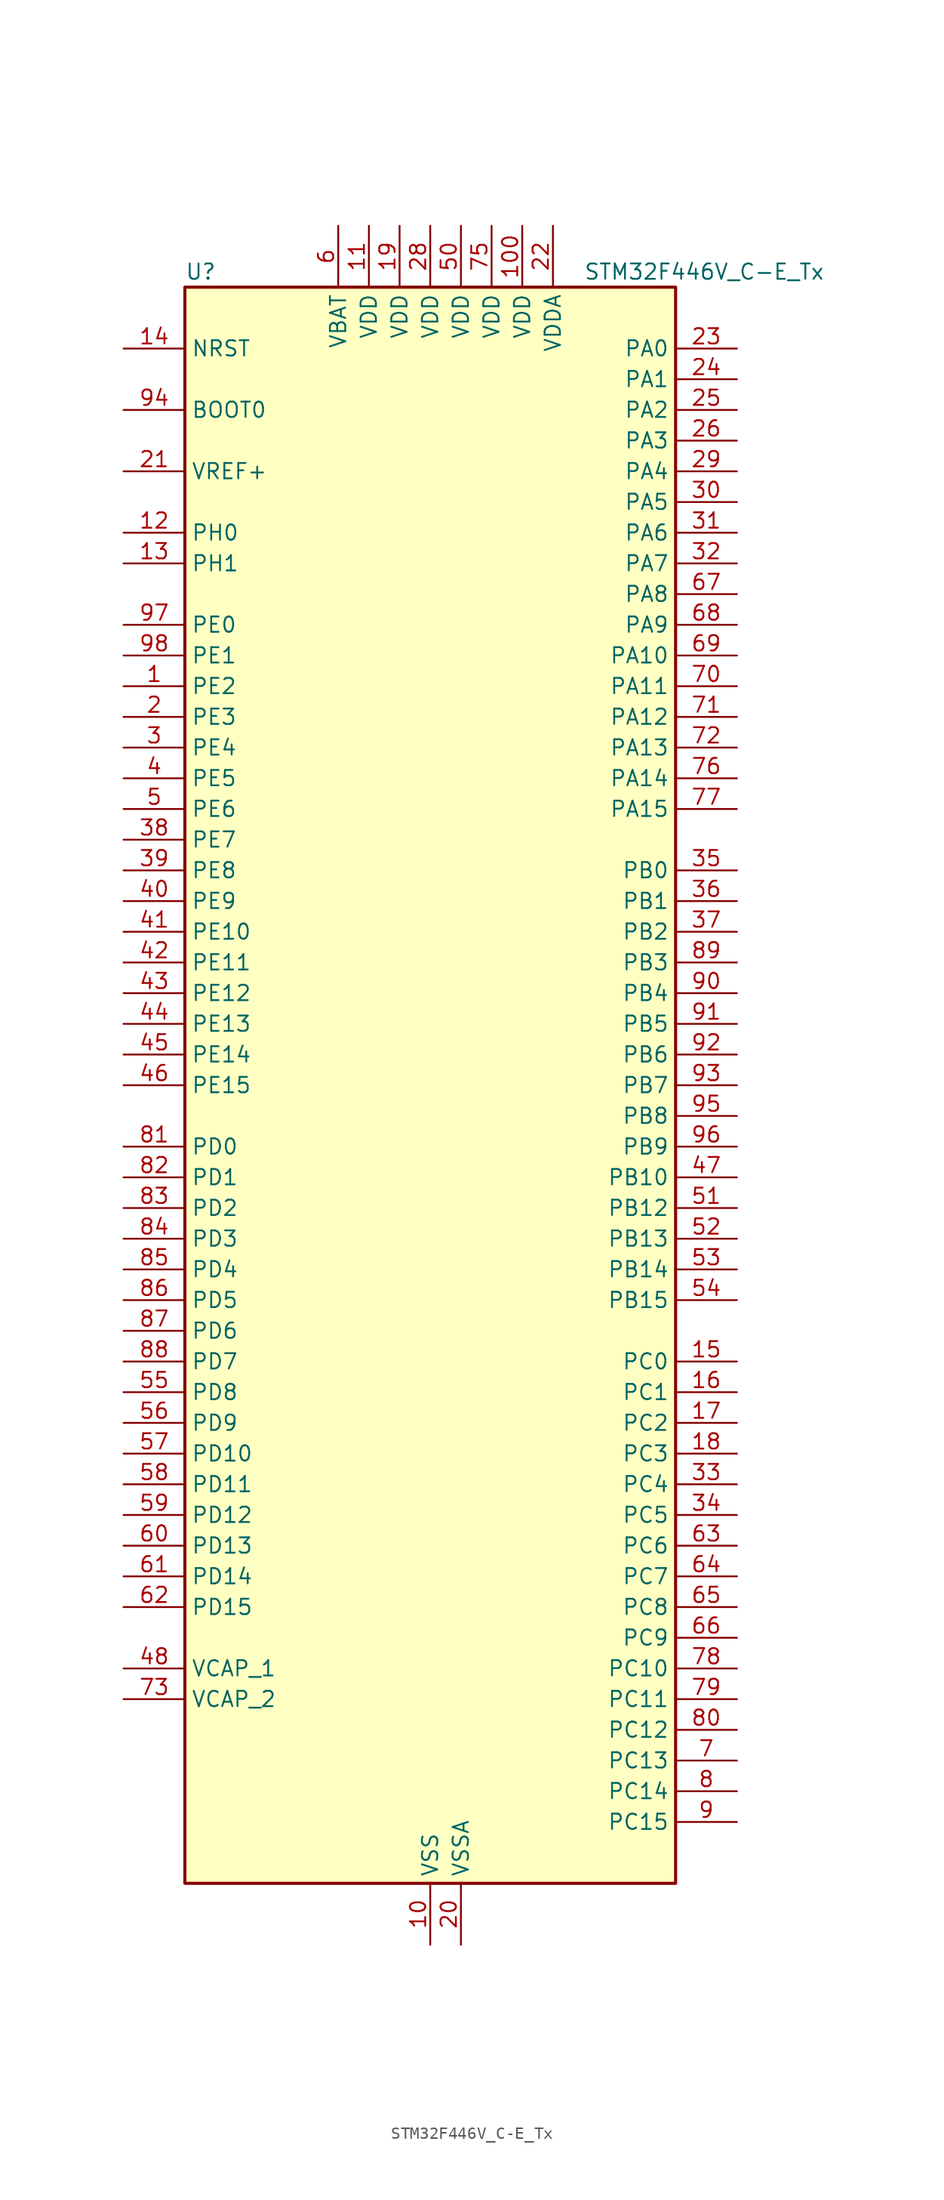
<source format=kicad_sym>
(kicad_symbol_lib
  (version 20241209)
  (generator "kicad_symbol_editor")
  (generator_version "9.0")
  (symbol "STM32F446V_C-E_Tx"
    (property "Reference" "U"
      (at -20.32 67.31 0)
      (effects (font (size 1.27 1.27)) (justify left)))
    (property "Value" "STM32F446V_C-E_Tx"
      (at 12.7 67.31 0)
      (effects (font (size 1.27 1.27)) (justify left)))
    (symbol "STM32F446V_C-E_Tx_0_1"
      (rectangle (start -20.32 -66.04) (end 20.32 66.04) (stroke (width 0.254) (type default)) (fill (type background))))
    (symbol "STM32F446V_C-E_Tx_1_1"
      (pin input line (at -25.4 60.96 0) (length 5.08) (name "NRST" (effects (font (size 1.27 1.27)))) (number "14" (effects (font (size 1.27 1.27)))))
      (pin input line (at -25.4 55.88 0) (length 5.08) (name "BOOT0" (effects (font (size 1.27 1.27)))) (number "94" (effects (font (size 1.27 1.27)))))
      (pin input line (at -25.4 50.8 0) (length 5.08) (name "VREF+" (effects (font (size 1.27 1.27)))) (number "21" (effects (font (size 1.27 1.27)))))
      (pin bidirectional line (at -25.4 45.72 0) (length 5.08) (name "PH0" (effects (font (size 1.27 1.27)))) (number "12" (effects (font (size 1.27 1.27)))) (alternate "RCC_OSC_IN" bidirectional line))
      (pin bidirectional line (at -25.4 43.18 0) (length 5.08) (name "PH1" (effects (font (size 1.27 1.27)))) (number "13" (effects (font (size 1.27 1.27)))) (alternate "RCC_OSC_OUT" bidirectional line))
      (pin bidirectional line (at -25.4 38.1 0) (length 5.08) (name "PE0" (effects (font (size 1.27 1.27)))) (number "97" (effects (font (size 1.27 1.27)))) (alternate "DCMI_D2" bidirectional line) (alternate "FMC_NBL0" bidirectional line) (alternate "SAI2_MCLK_A" bidirectional line) (alternate "TIM4_ETR" bidirectional line))
      (pin bidirectional line (at -25.4 35.56 0) (length 5.08) (name "PE1" (effects (font (size 1.27 1.27)))) (number "98" (effects (font (size 1.27 1.27)))) (alternate "DCMI_D3" bidirectional line) (alternate "FMC_NBL1" bidirectional line))
      (pin bidirectional line (at -25.4 33.02 0) (length 5.08) (name "PE2" (effects (font (size 1.27 1.27)))) (number "1" (effects (font (size 1.27 1.27)))) (alternate "FMC_A23" bidirectional line) (alternate "QUADSPI_BK1_IO2" bidirectional line) (alternate "SAI1_MCLK_A" bidirectional line) (alternate "SPI4_SCK" bidirectional line) (alternate "SYS_TRACECLK" bidirectional line))
      (pin bidirectional line (at -25.4 30.48 0) (length 5.08) (name "PE3" (effects (font (size 1.27 1.27)))) (number "2" (effects (font (size 1.27 1.27)))) (alternate "FMC_A19" bidirectional line) (alternate "SAI1_SD_B" bidirectional line) (alternate "SYS_TRACED0" bidirectional line))
      (pin bidirectional line (at -25.4 27.94 0) (length 5.08) (name "PE4" (effects (font (size 1.27 1.27)))) (number "3" (effects (font (size 1.27 1.27)))) (alternate "DCMI_D4" bidirectional line) (alternate "FMC_A20" bidirectional line) (alternate "SAI1_FS_A" bidirectional line) (alternate "SPI4_NSS" bidirectional line) (alternate "SYS_TRACED1" bidirectional line))
      (pin bidirectional line (at -25.4 25.4 0) (length 5.08) (name "PE5" (effects (font (size 1.27 1.27)))) (number "4" (effects (font (size 1.27 1.27)))) (alternate "DCMI_D6" bidirectional line) (alternate "FMC_A21" bidirectional line) (alternate "SAI1_SCK_A" bidirectional line) (alternate "SPI4_MISO" bidirectional line) (alternate "SYS_TRACED2" bidirectional line) (alternate "TIM9_CH1" bidirectional line))
      (pin bidirectional line (at -25.4 22.86 0) (length 5.08) (name "PE6" (effects (font (size 1.27 1.27)))) (number "5" (effects (font (size 1.27 1.27)))) (alternate "DCMI_D7" bidirectional line) (alternate "FMC_A22" bidirectional line) (alternate "SAI1_SD_A" bidirectional line) (alternate "SPI4_MOSI" bidirectional line) (alternate "SYS_TRACED3" bidirectional line) (alternate "TIM9_CH2" bidirectional line))
      (pin bidirectional line (at -25.4 20.32 0) (length 5.08) (name "PE7" (effects (font (size 1.27 1.27)))) (number "38" (effects (font (size 1.27 1.27)))) (alternate "FMC_D4" bidirectional line) (alternate "FMC_DA4" bidirectional line) (alternate "QUADSPI_BK2_IO0" bidirectional line) (alternate "TIM1_ETR" bidirectional line) (alternate "UART5_RX" bidirectional line))
      (pin bidirectional line (at -25.4 17.78 0) (length 5.08) (name "PE8" (effects (font (size 1.27 1.27)))) (number "39" (effects (font (size 1.27 1.27)))) (alternate "FMC_D5" bidirectional line) (alternate "FMC_DA5" bidirectional line) (alternate "QUADSPI_BK2_IO1" bidirectional line) (alternate "TIM1_CH1N" bidirectional line) (alternate "UART5_TX" bidirectional line))
      (pin bidirectional line (at -25.4 15.24 0) (length 5.08) (name "PE9" (effects (font (size 1.27 1.27)))) (number "40" (effects (font (size 1.27 1.27)))) (alternate "DAC_EXTI9" bidirectional line) (alternate "FMC_D6" bidirectional line) (alternate "FMC_DA6" bidirectional line) (alternate "QUADSPI_BK2_IO2" bidirectional line) (alternate "TIM1_CH1" bidirectional line))
      (pin bidirectional line (at -25.4 12.7 0) (length 5.08) (name "PE10" (effects (font (size 1.27 1.27)))) (number "41" (effects (font (size 1.27 1.27)))) (alternate "FMC_D7" bidirectional line) (alternate "FMC_DA7" bidirectional line) (alternate "QUADSPI_BK2_IO3" bidirectional line) (alternate "TIM1_CH2N" bidirectional line))
      (pin bidirectional line (at -25.4 10.16 0) (length 5.08) (name "PE11" (effects (font (size 1.27 1.27)))) (number "42" (effects (font (size 1.27 1.27)))) (alternate "ADC1_EXTI11" bidirectional line) (alternate "ADC2_EXTI11" bidirectional line) (alternate "ADC3_EXTI11" bidirectional line) (alternate "FMC_D8" bidirectional line) (alternate "FMC_DA8" bidirectional line) (alternate "SAI2_SD_B" bidirectional line) (alternate "SPI4_NSS" bidirectional line) (alternate "TIM1_CH2" bidirectional line))
      (pin bidirectional line (at -25.4 7.62 0) (length 5.08) (name "PE12" (effects (font (size 1.27 1.27)))) (number "43" (effects (font (size 1.27 1.27)))) (alternate "FMC_D9" bidirectional line) (alternate "FMC_DA9" bidirectional line) (alternate "SAI2_SCK_B" bidirectional line) (alternate "SPI4_SCK" bidirectional line) (alternate "TIM1_CH3N" bidirectional line))
      (pin bidirectional line (at -25.4 5.08 0) (length 5.08) (name "PE13" (effects (font (size 1.27 1.27)))) (number "44" (effects (font (size 1.27 1.27)))) (alternate "FMC_D10" bidirectional line) (alternate "FMC_DA10" bidirectional line) (alternate "SAI2_FS_B" bidirectional line) (alternate "SPI4_MISO" bidirectional line) (alternate "TIM1_CH3" bidirectional line))
      (pin bidirectional line (at -25.4 2.54 0) (length 5.08) (name "PE14" (effects (font (size 1.27 1.27)))) (number "45" (effects (font (size 1.27 1.27)))) (alternate "FMC_D11" bidirectional line) (alternate "FMC_DA11" bidirectional line) (alternate "SAI2_MCLK_B" bidirectional line) (alternate "SPI4_MOSI" bidirectional line) (alternate "TIM1_CH4" bidirectional line))
      (pin bidirectional line (at -25.4 0 0) (length 5.08) (name "PE15" (effects (font (size 1.27 1.27)))) (number "46" (effects (font (size 1.27 1.27)))) (alternate "ADC1_EXTI15" bidirectional line) (alternate "ADC2_EXTI15" bidirectional line) (alternate "ADC3_EXTI15" bidirectional line) (alternate "FMC_D12" bidirectional line) (alternate "FMC_DA12" bidirectional line) (alternate "TIM1_BKIN" bidirectional line))
      (pin bidirectional line (at -25.4 -5.08 0) (length 5.08) (name "PD0" (effects (font (size 1.27 1.27)))) (number "81" (effects (font (size 1.27 1.27)))) (alternate "CAN1_RX" bidirectional line) (alternate "FMC_D2" bidirectional line) (alternate "FMC_DA2" bidirectional line) (alternate "I2S3_SD" bidirectional line) (alternate "SPI3_MOSI" bidirectional line) (alternate "SPI4_MISO" bidirectional line))
      (pin bidirectional line (at -25.4 -7.62 0) (length 5.08) (name "PD1" (effects (font (size 1.27 1.27)))) (number "82" (effects (font (size 1.27 1.27)))) (alternate "CAN1_TX" bidirectional line) (alternate "FMC_D3" bidirectional line) (alternate "FMC_DA3" bidirectional line) (alternate "I2S2_WS" bidirectional line) (alternate "SPI2_NSS" bidirectional line))
      (pin bidirectional line (at -25.4 -10.16 0) (length 5.08) (name "PD2" (effects (font (size 1.27 1.27)))) (number "83" (effects (font (size 1.27 1.27)))) (alternate "DCMI_D11" bidirectional line) (alternate "SDIO_CMD" bidirectional line) (alternate "TIM3_ETR" bidirectional line) (alternate "UART5_RX" bidirectional line))
      (pin bidirectional line (at -25.4 -12.7 0) (length 5.08) (name "PD3" (effects (font (size 1.27 1.27)))) (number "84" (effects (font (size 1.27 1.27)))) (alternate "DCMI_D5" bidirectional line) (alternate "FMC_CLK" bidirectional line) (alternate "I2S2_CK" bidirectional line) (alternate "QUADSPI_CLK" bidirectional line) (alternate "SPI2_SCK" bidirectional line) (alternate "SYS_TRACED1" bidirectional line) (alternate "USART2_CTS" bidirectional line))
      (pin bidirectional line (at -25.4 -15.24 0) (length 5.08) (name "PD4" (effects (font (size 1.27 1.27)))) (number "85" (effects (font (size 1.27 1.27)))) (alternate "FMC_NOE" bidirectional line) (alternate "USART2_RTS" bidirectional line))
      (pin bidirectional line (at -25.4 -17.78 0) (length 5.08) (name "PD5" (effects (font (size 1.27 1.27)))) (number "86" (effects (font (size 1.27 1.27)))) (alternate "FMC_NWE" bidirectional line) (alternate "USART2_TX" bidirectional line))
      (pin bidirectional line (at -25.4 -20.32 0) (length 5.08) (name "PD6" (effects (font (size 1.27 1.27)))) (number "87" (effects (font (size 1.27 1.27)))) (alternate "DCMI_D10" bidirectional line) (alternate "FMC_NWAIT" bidirectional line) (alternate "I2S3_SD" bidirectional line) (alternate "SAI1_SD_A" bidirectional line) (alternate "SPI3_MOSI" bidirectional line) (alternate "USART2_RX" bidirectional line))
      (pin bidirectional line (at -25.4 -22.86 0) (length 5.08) (name "PD7" (effects (font (size 1.27 1.27)))) (number "88" (effects (font (size 1.27 1.27)))) (alternate "FMC_NE1" bidirectional line) (alternate "SPDIFRX_IN0" bidirectional line) (alternate "USART2_CK" bidirectional line))
      (pin bidirectional line (at -25.4 -25.4 0) (length 5.08) (name "PD8" (effects (font (size 1.27 1.27)))) (number "55" (effects (font (size 1.27 1.27)))) (alternate "FMC_D13" bidirectional line) (alternate "FMC_DA13" bidirectional line) (alternate "SPDIFRX_IN1" bidirectional line) (alternate "USART3_TX" bidirectional line))
      (pin bidirectional line (at -25.4 -27.94 0) (length 5.08) (name "PD9" (effects (font (size 1.27 1.27)))) (number "56" (effects (font (size 1.27 1.27)))) (alternate "DAC_EXTI9" bidirectional line) (alternate "FMC_D14" bidirectional line) (alternate "FMC_DA14" bidirectional line) (alternate "USART3_RX" bidirectional line))
      (pin bidirectional line (at -25.4 -30.48 0) (length 5.08) (name "PD10" (effects (font (size 1.27 1.27)))) (number "57" (effects (font (size 1.27 1.27)))) (alternate "FMC_D15" bidirectional line) (alternate "FMC_DA15" bidirectional line) (alternate "USART3_CK" bidirectional line))
      (pin bidirectional line (at -25.4 -33.02 0) (length 5.08) (name "PD11" (effects (font (size 1.27 1.27)))) (number "58" (effects (font (size 1.27 1.27)))) (alternate "ADC1_EXTI11" bidirectional line) (alternate "ADC2_EXTI11" bidirectional line) (alternate "ADC3_EXTI11" bidirectional line) (alternate "FMC_A16" bidirectional line) (alternate "FMPI2C1_SMBA" bidirectional line) (alternate "QUADSPI_BK1_IO0" bidirectional line) (alternate "SAI2_SD_A" bidirectional line) (alternate "USART3_CTS" bidirectional line))
      (pin bidirectional line (at -25.4 -35.56 0) (length 5.08) (name "PD12" (effects (font (size 1.27 1.27)))) (number "59" (effects (font (size 1.27 1.27)))) (alternate "FMC_A17" bidirectional line) (alternate "FMPI2C1_SCL" bidirectional line) (alternate "QUADSPI_BK1_IO1" bidirectional line) (alternate "SAI2_FS_A" bidirectional line) (alternate "TIM4_CH1" bidirectional line) (alternate "USART3_RTS" bidirectional line))
      (pin bidirectional line (at -25.4 -38.1 0) (length 5.08) (name "PD13" (effects (font (size 1.27 1.27)))) (number "60" (effects (font (size 1.27 1.27)))) (alternate "FMC_A18" bidirectional line) (alternate "FMPI2C1_SDA" bidirectional line) (alternate "QUADSPI_BK1_IO3" bidirectional line) (alternate "SAI2_SCK_A" bidirectional line) (alternate "TIM4_CH2" bidirectional line))
      (pin bidirectional line (at -25.4 -40.64 0) (length 5.08) (name "PD14" (effects (font (size 1.27 1.27)))) (number "61" (effects (font (size 1.27 1.27)))) (alternate "FMC_D0" bidirectional line) (alternate "FMC_DA0" bidirectional line) (alternate "FMPI2C1_SCL" bidirectional line) (alternate "SAI2_SCK_A" bidirectional line) (alternate "TIM4_CH3" bidirectional line))
      (pin bidirectional line (at -25.4 -43.18 0) (length 5.08) (name "PD15" (effects (font (size 1.27 1.27)))) (number "62" (effects (font (size 1.27 1.27)))) (alternate "ADC1_EXTI15" bidirectional line) (alternate "ADC2_EXTI15" bidirectional line) (alternate "ADC3_EXTI15" bidirectional line) (alternate "FMC_D1" bidirectional line) (alternate "FMC_DA1" bidirectional line) (alternate "FMPI2C1_SDA" bidirectional line) (alternate "TIM4_CH4" bidirectional line))
      (pin power_out line (at -25.4 -48.26 0) (length 5.08) (name "VCAP_1" (effects (font (size 1.27 1.27)))) (number "48" (effects (font (size 1.27 1.27)))))
      (pin power_out line (at -25.4 -50.8 0) (length 5.08) (name "VCAP_2" (effects (font (size 1.27 1.27)))) (number "73" (effects (font (size 1.27 1.27)))))
      (pin power_in line (at -7.62 71.12 270) (length 5.08) (name "VBAT" (effects (font (size 1.27 1.27)))) (number "6" (effects (font (size 1.27 1.27)))))
      (pin power_in line (at -5.08 71.12 270) (length 5.08) (name "VDD" (effects (font (size 1.27 1.27)))) (number "11" (effects (font (size 1.27 1.27)))))
      (pin power_in line (at -2.54 71.12 270) (length 5.08) (name "VDD" (effects (font (size 1.27 1.27)))) (number "19" (effects (font (size 1.27 1.27)))))
      (pin power_in line (at 0 71.12 270) (length 5.08) (name "VDD" (effects (font (size 1.27 1.27)))) (number "28" (effects (font (size 1.27 1.27)))))
      (pin power_in line (at 0 -71.12 90) (length 5.08) (name "VSS" (effects (font (size 1.27 1.27)))) (number "10" (effects (font (size 1.27 1.27)))))
      (pin passive line (at 0 -71.12 90) (length 5.08) (hide yes) (name "VSS" (effects (font (size 1.27 1.27)))) (number "27" (effects (font (size 1.27 1.27)))))
      (pin passive line (at 0 -71.12 90) (length 5.08) (hide yes) (name "VSS" (effects (font (size 1.27 1.27)))) (number "49" (effects (font (size 1.27 1.27)))))
      (pin passive line (at 0 -71.12 90) (length 5.08) (hide yes) (name "VSS" (effects (font (size 1.27 1.27)))) (number "74" (effects (font (size 1.27 1.27)))))
      (pin passive line (at 0 -71.12 90) (length 5.08) (hide yes) (name "VSS" (effects (font (size 1.27 1.27)))) (number "99" (effects (font (size 1.27 1.27)))))
      (pin power_in line (at 2.54 71.12 270) (length 5.08) (name "VDD" (effects (font (size 1.27 1.27)))) (number "50" (effects (font (size 1.27 1.27)))))
      (pin power_in line (at 2.54 -71.12 90) (length 5.08) (name "VSSA" (effects (font (size 1.27 1.27)))) (number "20" (effects (font (size 1.27 1.27)))))
      (pin power_in line (at 5.08 71.12 270) (length 5.08) (name "VDD" (effects (font (size 1.27 1.27)))) (number "75" (effects (font (size 1.27 1.27)))))
      (pin power_in line (at 7.62 71.12 270) (length 5.08) (name "VDD" (effects (font (size 1.27 1.27)))) (number "100" (effects (font (size 1.27 1.27)))))
      (pin power_in line (at 10.16 71.12 270) (length 5.08) (name "VDDA" (effects (font (size 1.27 1.27)))) (number "22" (effects (font (size 1.27 1.27)))))
      (pin bidirectional line (at 25.4 60.96 180) (length 5.08) (name "PA0" (effects (font (size 1.27 1.27)))) (number "23" (effects (font (size 1.27 1.27)))) (alternate "ADC1_IN0" bidirectional line) (alternate "ADC2_IN0" bidirectional line) (alternate "ADC3_IN0" bidirectional line) (alternate "RTC_AF2" bidirectional line) (alternate "SYS_WKUP0" bidirectional line) (alternate "TIM2_CH1" bidirectional line) (alternate "TIM2_ETR" bidirectional line) (alternate "TIM5_CH1" bidirectional line) (alternate "TIM8_ETR" bidirectional line) (alternate "UART4_TX" bidirectional line) (alternate "USART2_CTS" bidirectional line))
      (pin bidirectional line (at 25.4 58.42 180) (length 5.08) (name "PA1" (effects (font (size 1.27 1.27)))) (number "24" (effects (font (size 1.27 1.27)))) (alternate "ADC1_IN1" bidirectional line) (alternate "ADC2_IN1" bidirectional line) (alternate "ADC3_IN1" bidirectional line) (alternate "QUADSPI_BK1_IO3" bidirectional line) (alternate "SAI2_MCLK_B" bidirectional line) (alternate "TIM2_CH2" bidirectional line) (alternate "TIM5_CH2" bidirectional line) (alternate "UART4_RX" bidirectional line) (alternate "USART2_RTS" bidirectional line))
      (pin bidirectional line (at 25.4 55.88 180) (length 5.08) (name "PA2" (effects (font (size 1.27 1.27)))) (number "25" (effects (font (size 1.27 1.27)))) (alternate "ADC1_IN2" bidirectional line) (alternate "ADC2_IN2" bidirectional line) (alternate "ADC3_IN2" bidirectional line) (alternate "SAI2_SCK_B" bidirectional line) (alternate "TIM2_CH3" bidirectional line) (alternate "TIM5_CH3" bidirectional line) (alternate "TIM9_CH1" bidirectional line) (alternate "USART2_TX" bidirectional line))
      (pin bidirectional line (at 25.4 53.34 180) (length 5.08) (name "PA3" (effects (font (size 1.27 1.27)))) (number "26" (effects (font (size 1.27 1.27)))) (alternate "ADC1_IN3" bidirectional line) (alternate "ADC2_IN3" bidirectional line) (alternate "ADC3_IN3" bidirectional line) (alternate "SAI1_FS_A" bidirectional line) (alternate "TIM2_CH4" bidirectional line) (alternate "TIM5_CH4" bidirectional line) (alternate "TIM9_CH2" bidirectional line) (alternate "USART2_RX" bidirectional line) (alternate "USB_OTG_HS_ULPI_D0" bidirectional line))
      (pin bidirectional line (at 25.4 50.8 180) (length 5.08) (name "PA4" (effects (font (size 1.27 1.27)))) (number "29" (effects (font (size 1.27 1.27)))) (alternate "ADC1_IN4" bidirectional line) (alternate "ADC2_IN4" bidirectional line) (alternate "DAC_OUT1" bidirectional line) (alternate "DCMI_HSYNC" bidirectional line) (alternate "I2S1_WS" bidirectional line) (alternate "I2S3_WS" bidirectional line) (alternate "SPI1_NSS" bidirectional line) (alternate "SPI3_NSS" bidirectional line) (alternate "USART2_CK" bidirectional line) (alternate "USB_OTG_HS_SOF" bidirectional line))
      (pin bidirectional line (at 25.4 48.26 180) (length 5.08) (name "PA5" (effects (font (size 1.27 1.27)))) (number "30" (effects (font (size 1.27 1.27)))) (alternate "ADC1_IN5" bidirectional line) (alternate "ADC2_IN5" bidirectional line) (alternate "DAC_OUT2" bidirectional line) (alternate "I2S1_CK" bidirectional line) (alternate "SPI1_SCK" bidirectional line) (alternate "TIM2_CH1" bidirectional line) (alternate "TIM2_ETR" bidirectional line) (alternate "TIM8_CH1N" bidirectional line) (alternate "USB_OTG_HS_ULPI_CK" bidirectional line))
      (pin bidirectional line (at 25.4 45.72 180) (length 5.08) (name "PA6" (effects (font (size 1.27 1.27)))) (number "31" (effects (font (size 1.27 1.27)))) (alternate "ADC1_IN6" bidirectional line) (alternate "ADC2_IN6" bidirectional line) (alternate "DCMI_PIXCLK" bidirectional line) (alternate "I2S2_MCK" bidirectional line) (alternate "SPI1_MISO" bidirectional line) (alternate "TIM13_CH1" bidirectional line) (alternate "TIM1_BKIN" bidirectional line) (alternate "TIM3_CH1" bidirectional line) (alternate "TIM8_BKIN" bidirectional line))
      (pin bidirectional line (at 25.4 43.18 180) (length 5.08) (name "PA7" (effects (font (size 1.27 1.27)))) (number "32" (effects (font (size 1.27 1.27)))) (alternate "ADC1_IN7" bidirectional line) (alternate "ADC2_IN7" bidirectional line) (alternate "FMC_SDNWE" bidirectional line) (alternate "I2S1_SD" bidirectional line) (alternate "SPI1_MOSI" bidirectional line) (alternate "TIM14_CH1" bidirectional line) (alternate "TIM1_CH1N" bidirectional line) (alternate "TIM3_CH2" bidirectional line) (alternate "TIM8_CH1N" bidirectional line))
      (pin bidirectional line (at 25.4 40.64 180) (length 5.08) (name "PA8" (effects (font (size 1.27 1.27)))) (number "67" (effects (font (size 1.27 1.27)))) (alternate "I2C3_SCL" bidirectional line) (alternate "RCC_MCO_1" bidirectional line) (alternate "TIM1_CH1" bidirectional line) (alternate "USART1_CK" bidirectional line) (alternate "USB_OTG_FS_SOF" bidirectional line))
      (pin bidirectional line (at 25.4 38.1 180) (length 5.08) (name "PA9" (effects (font (size 1.27 1.27)))) (number "68" (effects (font (size 1.27 1.27)))) (alternate "DAC_EXTI9" bidirectional line) (alternate "DCMI_D0" bidirectional line) (alternate "I2C3_SMBA" bidirectional line) (alternate "I2S2_CK" bidirectional line) (alternate "SAI1_SD_B" bidirectional line) (alternate "SPI2_SCK" bidirectional line) (alternate "TIM1_CH2" bidirectional line) (alternate "USART1_TX" bidirectional line) (alternate "USB_OTG_FS_VBUS" bidirectional line))
      (pin bidirectional line (at 25.4 35.56 180) (length 5.08) (name "PA10" (effects (font (size 1.27 1.27)))) (number "69" (effects (font (size 1.27 1.27)))) (alternate "DCMI_D1" bidirectional line) (alternate "TIM1_CH3" bidirectional line) (alternate "USART1_RX" bidirectional line) (alternate "USB_OTG_FS_ID" bidirectional line))
      (pin bidirectional line (at 25.4 33.02 180) (length 5.08) (name "PA11" (effects (font (size 1.27 1.27)))) (number "70" (effects (font (size 1.27 1.27)))) (alternate "ADC1_EXTI11" bidirectional line) (alternate "ADC2_EXTI11" bidirectional line) (alternate "ADC3_EXTI11" bidirectional line) (alternate "CAN1_RX" bidirectional line) (alternate "TIM1_CH4" bidirectional line) (alternate "USART1_CTS" bidirectional line) (alternate "USB_OTG_FS_DM" bidirectional line))
      (pin bidirectional line (at 25.4 30.48 180) (length 5.08) (name "PA12" (effects (font (size 1.27 1.27)))) (number "71" (effects (font (size 1.27 1.27)))) (alternate "CAN1_TX" bidirectional line) (alternate "SAI2_FS_B" bidirectional line) (alternate "TIM1_ETR" bidirectional line) (alternate "USART1_RTS" bidirectional line) (alternate "USB_OTG_FS_DP" bidirectional line))
      (pin bidirectional line (at 25.4 27.94 180) (length 5.08) (name "PA13" (effects (font (size 1.27 1.27)))) (number "72" (effects (font (size 1.27 1.27)))) (alternate "SYS_JTMS-SWDIO" bidirectional line))
      (pin bidirectional line (at 25.4 25.4 180) (length 5.08) (name "PA14" (effects (font (size 1.27 1.27)))) (number "76" (effects (font (size 1.27 1.27)))) (alternate "SYS_JTCK-SWCLK" bidirectional line))
      (pin bidirectional line (at 25.4 22.86 180) (length 5.08) (name "PA15" (effects (font (size 1.27 1.27)))) (number "77" (effects (font (size 1.27 1.27)))) (alternate "ADC1_EXTI15" bidirectional line) (alternate "ADC2_EXTI15" bidirectional line) (alternate "ADC3_EXTI15" bidirectional line) (alternate "CEC" bidirectional line) (alternate "I2S1_WS" bidirectional line) (alternate "I2S3_WS" bidirectional line) (alternate "SPI1_NSS" bidirectional line) (alternate "SPI3_NSS" bidirectional line) (alternate "SYS_JTDI" bidirectional line) (alternate "TIM2_CH1" bidirectional line) (alternate "TIM2_ETR" bidirectional line) (alternate "UART4_RTS" bidirectional line))
      (pin bidirectional line (at 25.4 17.78 180) (length 5.08) (name "PB0" (effects (font (size 1.27 1.27)))) (number "35" (effects (font (size 1.27 1.27)))) (alternate "ADC1_IN8" bidirectional line) (alternate "ADC2_IN8" bidirectional line) (alternate "I2S3_SD" bidirectional line) (alternate "SDIO_D1" bidirectional line) (alternate "SPI3_MOSI" bidirectional line) (alternate "TIM1_CH2N" bidirectional line) (alternate "TIM3_CH3" bidirectional line) (alternate "TIM8_CH2N" bidirectional line) (alternate "UART4_CTS" bidirectional line) (alternate "USB_OTG_HS_ULPI_D1" bidirectional line))
      (pin bidirectional line (at 25.4 15.24 180) (length 5.08) (name "PB1" (effects (font (size 1.27 1.27)))) (number "36" (effects (font (size 1.27 1.27)))) (alternate "ADC1_IN9" bidirectional line) (alternate "ADC2_IN9" bidirectional line) (alternate "SDIO_D2" bidirectional line) (alternate "TIM1_CH3N" bidirectional line) (alternate "TIM3_CH4" bidirectional line) (alternate "TIM8_CH3N" bidirectional line) (alternate "USB_OTG_HS_ULPI_D2" bidirectional line))
      (pin bidirectional line (at 25.4 12.7 180) (length 5.08) (name "PB2" (effects (font (size 1.27 1.27)))) (number "37" (effects (font (size 1.27 1.27)))) (alternate "I2S3_SD" bidirectional line) (alternate "QUADSPI_CLK" bidirectional line) (alternate "SAI1_SD_A" bidirectional line) (alternate "SDIO_CK" bidirectional line) (alternate "SPI3_MOSI" bidirectional line) (alternate "TIM2_CH4" bidirectional line) (alternate "USB_OTG_HS_ULPI_D4" bidirectional line))
      (pin bidirectional line (at 25.4 10.16 180) (length 5.08) (name "PB3" (effects (font (size 1.27 1.27)))) (number "89" (effects (font (size 1.27 1.27)))) (alternate "I2C2_SDA" bidirectional line) (alternate "I2S1_CK" bidirectional line) (alternate "I2S3_CK" bidirectional line) (alternate "SPI1_SCK" bidirectional line) (alternate "SPI3_SCK" bidirectional line) (alternate "SYS_JTDO-SWO" bidirectional line) (alternate "TIM2_CH2" bidirectional line))
      (pin bidirectional line (at 25.4 7.62 180) (length 5.08) (name "PB4" (effects (font (size 1.27 1.27)))) (number "90" (effects (font (size 1.27 1.27)))) (alternate "I2C3_SDA" bidirectional line) (alternate "I2S2_WS" bidirectional line) (alternate "SPI1_MISO" bidirectional line) (alternate "SPI2_NSS" bidirectional line) (alternate "SPI3_MISO" bidirectional line) (alternate "SYS_JTRST" bidirectional line) (alternate "TIM3_CH1" bidirectional line))
      (pin bidirectional line (at 25.4 5.08 180) (length 5.08) (name "PB5" (effects (font (size 1.27 1.27)))) (number "91" (effects (font (size 1.27 1.27)))) (alternate "CAN2_RX" bidirectional line) (alternate "DCMI_D10" bidirectional line) (alternate "FMC_SDCKE1" bidirectional line) (alternate "I2C1_SMBA" bidirectional line) (alternate "I2S1_SD" bidirectional line) (alternate "I2S3_SD" bidirectional line) (alternate "SPI1_MOSI" bidirectional line) (alternate "SPI3_MOSI" bidirectional line) (alternate "TIM3_CH2" bidirectional line) (alternate "USB_OTG_HS_ULPI_D7" bidirectional line))
      (pin bidirectional line (at 25.4 2.54 180) (length 5.08) (name "PB6" (effects (font (size 1.27 1.27)))) (number "92" (effects (font (size 1.27 1.27)))) (alternate "CAN2_TX" bidirectional line) (alternate "CEC" bidirectional line) (alternate "DCMI_D5" bidirectional line) (alternate "FMC_SDNE1" bidirectional line) (alternate "I2C1_SCL" bidirectional line) (alternate "QUADSPI_BK1_NCS" bidirectional line) (alternate "TIM4_CH1" bidirectional line) (alternate "USART1_TX" bidirectional line))
      (pin bidirectional line (at 25.4 0 180) (length 5.08) (name "PB7" (effects (font (size 1.27 1.27)))) (number "93" (effects (font (size 1.27 1.27)))) (alternate "DCMI_VSYNC" bidirectional line) (alternate "FMC_NL" bidirectional line) (alternate "I2C1_SDA" bidirectional line) (alternate "SPDIFRX_IN0" bidirectional line) (alternate "TIM4_CH2" bidirectional line) (alternate "USART1_RX" bidirectional line))
      (pin bidirectional line (at 25.4 -2.54 180) (length 5.08) (name "PB8" (effects (font (size 1.27 1.27)))) (number "95" (effects (font (size 1.27 1.27)))) (alternate "CAN1_RX" bidirectional line) (alternate "DCMI_D6" bidirectional line) (alternate "I2C1_SCL" bidirectional line) (alternate "SDIO_D4" bidirectional line) (alternate "TIM10_CH1" bidirectional line) (alternate "TIM2_CH1" bidirectional line) (alternate "TIM2_ETR" bidirectional line) (alternate "TIM4_CH3" bidirectional line))
      (pin bidirectional line (at 25.4 -5.08 180) (length 5.08) (name "PB9" (effects (font (size 1.27 1.27)))) (number "96" (effects (font (size 1.27 1.27)))) (alternate "CAN1_TX" bidirectional line) (alternate "DAC_EXTI9" bidirectional line) (alternate "DCMI_D7" bidirectional line) (alternate "I2C1_SDA" bidirectional line) (alternate "I2S2_WS" bidirectional line) (alternate "SAI1_FS_B" bidirectional line) (alternate "SDIO_D5" bidirectional line) (alternate "SPI2_NSS" bidirectional line) (alternate "TIM11_CH1" bidirectional line) (alternate "TIM2_CH2" bidirectional line) (alternate "TIM4_CH4" bidirectional line))
      (pin bidirectional line (at 25.4 -7.62 180) (length 5.08) (name "PB10" (effects (font (size 1.27 1.27)))) (number "47" (effects (font (size 1.27 1.27)))) (alternate "I2C2_SCL" bidirectional line) (alternate "I2S2_CK" bidirectional line) (alternate "SAI1_SCK_A" bidirectional line) (alternate "SPI2_SCK" bidirectional line) (alternate "TIM2_CH3" bidirectional line) (alternate "USART3_TX" bidirectional line) (alternate "USB_OTG_HS_ULPI_D3" bidirectional line))
      (pin bidirectional line (at 25.4 -10.16 180) (length 5.08) (name "PB12" (effects (font (size 1.27 1.27)))) (number "51" (effects (font (size 1.27 1.27)))) (alternate "CAN2_RX" bidirectional line) (alternate "I2C2_SMBA" bidirectional line) (alternate "I2S2_WS" bidirectional line) (alternate "SAI1_SCK_B" bidirectional line) (alternate "SPI2_NSS" bidirectional line) (alternate "TIM1_BKIN" bidirectional line) (alternate "USART3_CK" bidirectional line) (alternate "USB_OTG_HS_ID" bidirectional line) (alternate "USB_OTG_HS_ULPI_D5" bidirectional line))
      (pin bidirectional line (at 25.4 -12.7 180) (length 5.08) (name "PB13" (effects (font (size 1.27 1.27)))) (number "52" (effects (font (size 1.27 1.27)))) (alternate "CAN2_TX" bidirectional line) (alternate "I2S2_CK" bidirectional line) (alternate "SPI2_SCK" bidirectional line) (alternate "TIM1_CH1N" bidirectional line) (alternate "USART3_CTS" bidirectional line) (alternate "USB_OTG_HS_ULPI_D6" bidirectional line) (alternate "USB_OTG_HS_VBUS" bidirectional line))
      (pin bidirectional line (at 25.4 -15.24 180) (length 5.08) (name "PB14" (effects (font (size 1.27 1.27)))) (number "53" (effects (font (size 1.27 1.27)))) (alternate "SPI2_MISO" bidirectional line) (alternate "TIM12_CH1" bidirectional line) (alternate "TIM1_CH2N" bidirectional line) (alternate "TIM8_CH2N" bidirectional line) (alternate "USART3_RTS" bidirectional line) (alternate "USB_OTG_HS_DM" bidirectional line))
      (pin bidirectional line (at 25.4 -17.78 180) (length 5.08) (name "PB15" (effects (font (size 1.27 1.27)))) (number "54" (effects (font (size 1.27 1.27)))) (alternate "ADC1_EXTI15" bidirectional line) (alternate "ADC2_EXTI15" bidirectional line) (alternate "ADC3_EXTI15" bidirectional line) (alternate "I2S2_SD" bidirectional line) (alternate "RTC_REFIN" bidirectional line) (alternate "SPI2_MOSI" bidirectional line) (alternate "TIM12_CH2" bidirectional line) (alternate "TIM1_CH3N" bidirectional line) (alternate "TIM8_CH3N" bidirectional line) (alternate "USB_OTG_HS_DP" bidirectional line))
      (pin bidirectional line (at 25.4 -22.86 180) (length 5.08) (name "PC0" (effects (font (size 1.27 1.27)))) (number "15" (effects (font (size 1.27 1.27)))) (alternate "ADC1_IN10" bidirectional line) (alternate "ADC2_IN10" bidirectional line) (alternate "ADC3_IN10" bidirectional line) (alternate "FMC_SDNWE" bidirectional line) (alternate "SAI1_MCLK_B" bidirectional line) (alternate "USB_OTG_HS_ULPI_STP" bidirectional line))
      (pin bidirectional line (at 25.4 -25.4 180) (length 5.08) (name "PC1" (effects (font (size 1.27 1.27)))) (number "16" (effects (font (size 1.27 1.27)))) (alternate "ADC1_IN11" bidirectional line) (alternate "ADC2_IN11" bidirectional line) (alternate "ADC3_IN11" bidirectional line) (alternate "I2S2_SD" bidirectional line) (alternate "I2S3_SD" bidirectional line) (alternate "SAI1_SD_A" bidirectional line) (alternate "SPI2_MOSI" bidirectional line) (alternate "SPI3_MOSI" bidirectional line))
      (pin bidirectional line (at 25.4 -27.94 180) (length 5.08) (name "PC2" (effects (font (size 1.27 1.27)))) (number "17" (effects (font (size 1.27 1.27)))) (alternate "ADC1_IN12" bidirectional line) (alternate "ADC2_IN12" bidirectional line) (alternate "ADC3_IN12" bidirectional line) (alternate "FMC_SDNE0" bidirectional line) (alternate "SPI2_MISO" bidirectional line) (alternate "USB_OTG_HS_ULPI_DIR" bidirectional line))
      (pin bidirectional line (at 25.4 -30.48 180) (length 5.08) (name "PC3" (effects (font (size 1.27 1.27)))) (number "18" (effects (font (size 1.27 1.27)))) (alternate "ADC1_IN13" bidirectional line) (alternate "ADC2_IN13" bidirectional line) (alternate "ADC3_IN13" bidirectional line) (alternate "FMC_SDCKE0" bidirectional line) (alternate "I2S2_SD" bidirectional line) (alternate "SPI2_MOSI" bidirectional line) (alternate "USB_OTG_HS_ULPI_NXT" bidirectional line))
      (pin bidirectional line (at 25.4 -33.02 180) (length 5.08) (name "PC4" (effects (font (size 1.27 1.27)))) (number "33" (effects (font (size 1.27 1.27)))) (alternate "ADC1_IN14" bidirectional line) (alternate "ADC2_IN14" bidirectional line) (alternate "FMC_SDNE0" bidirectional line) (alternate "I2S1_MCK" bidirectional line) (alternate "SPDIFRX_IN2" bidirectional line))
      (pin bidirectional line (at 25.4 -35.56 180) (length 5.08) (name "PC5" (effects (font (size 1.27 1.27)))) (number "34" (effects (font (size 1.27 1.27)))) (alternate "ADC1_IN15" bidirectional line) (alternate "ADC2_IN15" bidirectional line) (alternate "FMC_SDCKE0" bidirectional line) (alternate "SPDIFRX_IN3" bidirectional line) (alternate "USART3_RX" bidirectional line))
      (pin bidirectional line (at 25.4 -38.1 180) (length 5.08) (name "PC6" (effects (font (size 1.27 1.27)))) (number "63" (effects (font (size 1.27 1.27)))) (alternate "DCMI_D0" bidirectional line) (alternate "FMPI2C1_SCL" bidirectional line) (alternate "I2S2_MCK" bidirectional line) (alternate "SDIO_D6" bidirectional line) (alternate "TIM3_CH1" bidirectional line) (alternate "TIM8_CH1" bidirectional line) (alternate "USART6_TX" bidirectional line))
      (pin bidirectional line (at 25.4 -40.64 180) (length 5.08) (name "PC7" (effects (font (size 1.27 1.27)))) (number "64" (effects (font (size 1.27 1.27)))) (alternate "DCMI_D1" bidirectional line) (alternate "FMPI2C1_SDA" bidirectional line) (alternate "I2S2_CK" bidirectional line) (alternate "I2S3_MCK" bidirectional line) (alternate "SDIO_D7" bidirectional line) (alternate "SPDIFRX_IN1" bidirectional line) (alternate "SPI2_SCK" bidirectional line) (alternate "TIM3_CH2" bidirectional line) (alternate "TIM8_CH2" bidirectional line) (alternate "USART6_RX" bidirectional line))
      (pin bidirectional line (at 25.4 -43.18 180) (length 5.08) (name "PC8" (effects (font (size 1.27 1.27)))) (number "65" (effects (font (size 1.27 1.27)))) (alternate "DCMI_D2" bidirectional line) (alternate "SDIO_D0" bidirectional line) (alternate "SYS_TRACED0" bidirectional line) (alternate "TIM3_CH3" bidirectional line) (alternate "TIM8_CH3" bidirectional line) (alternate "UART5_RTS" bidirectional line) (alternate "USART6_CK" bidirectional line))
      (pin bidirectional line (at 25.4 -45.72 180) (length 5.08) (name "PC9" (effects (font (size 1.27 1.27)))) (number "66" (effects (font (size 1.27 1.27)))) (alternate "DAC_EXTI9" bidirectional line) (alternate "DCMI_D3" bidirectional line) (alternate "I2C3_SDA" bidirectional line) (alternate "I2S_CKIN" bidirectional line) (alternate "QUADSPI_BK1_IO0" bidirectional line) (alternate "RCC_MCO_2" bidirectional line) (alternate "SDIO_D1" bidirectional line) (alternate "TIM3_CH4" bidirectional line) (alternate "TIM8_CH4" bidirectional line) (alternate "UART5_CTS" bidirectional line))
      (pin bidirectional line (at 25.4 -48.26 180) (length 5.08) (name "PC10" (effects (font (size 1.27 1.27)))) (number "78" (effects (font (size 1.27 1.27)))) (alternate "DCMI_D8" bidirectional line) (alternate "I2S3_CK" bidirectional line) (alternate "QUADSPI_BK1_IO1" bidirectional line) (alternate "SDIO_D2" bidirectional line) (alternate "SPI3_SCK" bidirectional line) (alternate "UART4_TX" bidirectional line) (alternate "USART3_TX" bidirectional line))
      (pin bidirectional line (at 25.4 -50.8 180) (length 5.08) (name "PC11" (effects (font (size 1.27 1.27)))) (number "79" (effects (font (size 1.27 1.27)))) (alternate "ADC1_EXTI11" bidirectional line) (alternate "ADC2_EXTI11" bidirectional line) (alternate "ADC3_EXTI11" bidirectional line) (alternate "DCMI_D4" bidirectional line) (alternate "QUADSPI_BK2_NCS" bidirectional line) (alternate "SDIO_D3" bidirectional line) (alternate "SPI3_MISO" bidirectional line) (alternate "UART4_RX" bidirectional line) (alternate "USART3_RX" bidirectional line))
      (pin bidirectional line (at 25.4 -53.34 180) (length 5.08) (name "PC12" (effects (font (size 1.27 1.27)))) (number "80" (effects (font (size 1.27 1.27)))) (alternate "DCMI_D9" bidirectional line) (alternate "I2C2_SDA" bidirectional line) (alternate "I2S3_SD" bidirectional line) (alternate "SDIO_CK" bidirectional line) (alternate "SPI3_MOSI" bidirectional line) (alternate "UART5_TX" bidirectional line) (alternate "USART3_CK" bidirectional line))
      (pin bidirectional line (at 25.4 -55.88 180) (length 5.08) (name "PC13" (effects (font (size 1.27 1.27)))) (number "7" (effects (font (size 1.27 1.27)))) (alternate "RTC_AF1" bidirectional line) (alternate "SYS_WKUP1" bidirectional line))
      (pin bidirectional line (at 25.4 -58.42 180) (length 5.08) (name "PC14" (effects (font (size 1.27 1.27)))) (number "8" (effects (font (size 1.27 1.27)))) (alternate "RCC_OSC32_IN" bidirectional line))
      (pin bidirectional line (at 25.4 -60.96 180) (length 5.08) (name "PC15" (effects (font (size 1.27 1.27)))) (number "9" (effects (font (size 1.27 1.27)))) (alternate "ADC1_EXTI15" bidirectional line) (alternate "ADC2_EXTI15" bidirectional line) (alternate "ADC3_EXTI15" bidirectional line) (alternate "RCC_OSC32_OUT" bidirectional line)))))
</source>
